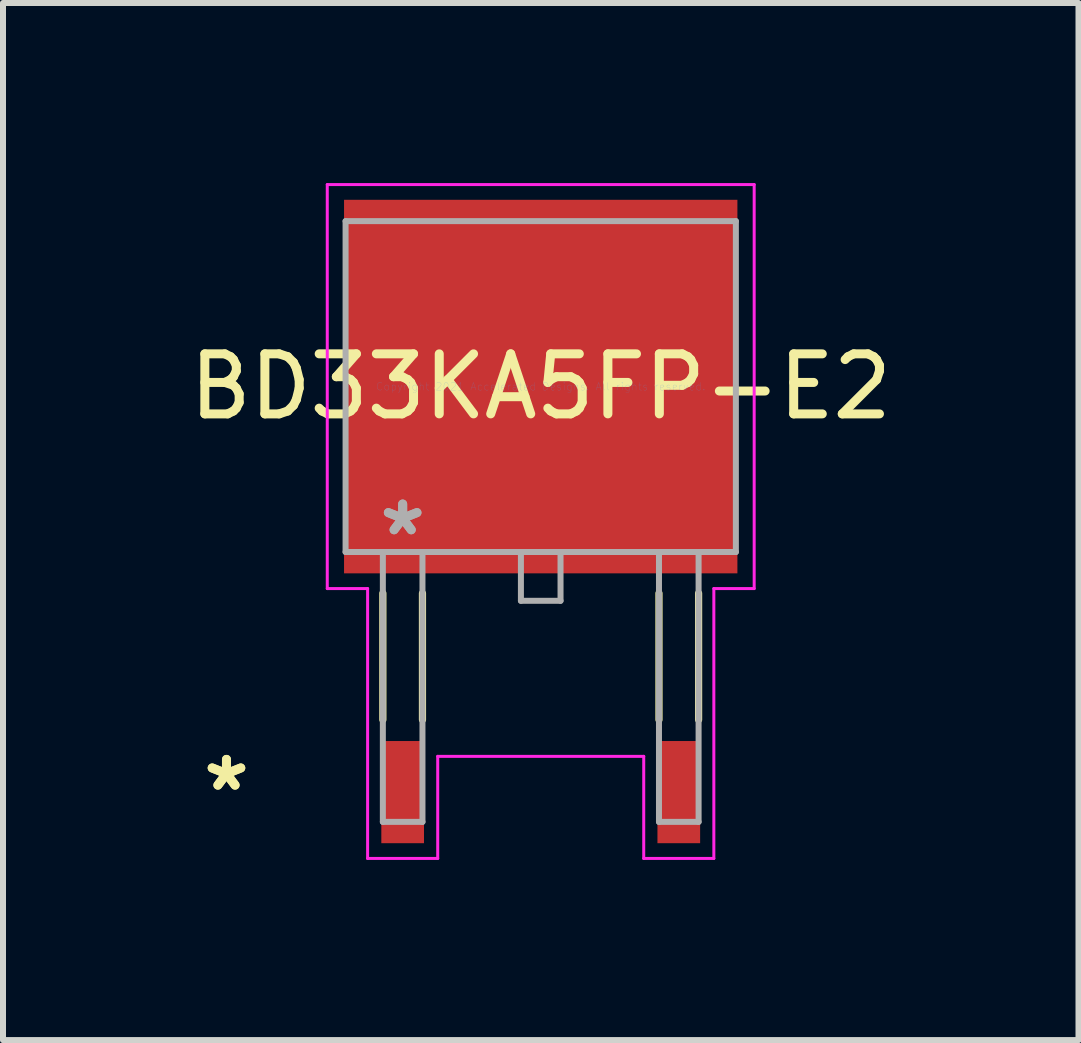
<source format=kicad_pcb>
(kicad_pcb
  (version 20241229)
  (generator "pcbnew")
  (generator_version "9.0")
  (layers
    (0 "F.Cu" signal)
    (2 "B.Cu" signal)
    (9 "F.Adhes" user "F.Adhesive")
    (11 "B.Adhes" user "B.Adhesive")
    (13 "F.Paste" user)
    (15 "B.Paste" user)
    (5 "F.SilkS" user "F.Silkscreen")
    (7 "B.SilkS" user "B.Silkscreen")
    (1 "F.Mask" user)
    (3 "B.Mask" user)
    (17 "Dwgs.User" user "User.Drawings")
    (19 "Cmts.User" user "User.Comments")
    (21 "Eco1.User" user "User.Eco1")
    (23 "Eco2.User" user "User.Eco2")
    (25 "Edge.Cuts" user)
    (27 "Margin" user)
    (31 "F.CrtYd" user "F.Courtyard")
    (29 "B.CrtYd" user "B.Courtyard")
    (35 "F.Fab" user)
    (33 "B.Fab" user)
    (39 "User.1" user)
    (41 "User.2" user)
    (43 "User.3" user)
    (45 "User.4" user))
  (footprint "BD33KA5FP-E2"
    (layer "F.Cu")
    (at 5.958 3.39)
    (property "Reference" "BD33KA5FP-E2" (at 0 0 0) (layer "F.SilkS") (effects (font (size 1 1) (thickness 0.15))))
    (attr through_hole)
    (fp_line (start -2.63 3.444) (end -2.63 5.55) (stroke (width 0.12) (type solid)) (layer "F.SilkS"))
    (fp_line (start -1.97 3.444) (end -1.97 5.55) (stroke (width 0.12) (type solid)) (layer "F.SilkS"))
    (fp_line (start 1.97 3.444) (end 1.97 5.55) (stroke (width 0.12) (type solid)) (layer "F.SilkS"))
    (fp_line (start 2.63 3.444) (end 2.63 5.55) (stroke (width 0.12) (type solid)) (layer "F.SilkS"))
    (fp_line (start -3.556 -3.365) (end 3.556 -3.365) (stroke (width 0.05) (type solid)) (layer "F.CrtYd"))
    (fp_line (start -3.556 3.365) (end -3.556 -3.365) (stroke (width 0.05) (type solid)) (layer "F.CrtYd"))
    (fp_line (start -2.884 3.365) (end -3.556 3.365) (stroke (width 0.05) (type solid)) (layer "F.CrtYd"))
    (fp_line (start -2.884 7.861) (end -2.884 3.365) (stroke (width 0.05) (type solid)) (layer "F.CrtYd"))
    (fp_line (start -1.716 6.16) (end -1.716 7.861) (stroke (width 0.05) (type solid)) (layer "F.CrtYd"))
    (fp_line (start -1.716 7.861) (end -2.884 7.861) (stroke (width 0.05) (type solid)) (layer "F.CrtYd"))
    (fp_line (start 1.716 6.16) (end -1.716 6.16) (stroke (width 0.05) (type solid)) (layer "F.CrtYd"))
    (fp_line (start 1.716 7.861) (end 1.716 6.16) (stroke (width 0.05) (type solid)) (layer "F.CrtYd"))
    (fp_line (start 2.884 3.365) (end 2.884 7.861) (stroke (width 0.05) (type solid)) (layer "F.CrtYd"))
    (fp_line (start 2.884 7.861) (end 1.716 7.861) (stroke (width 0.05) (type solid)) (layer "F.CrtYd"))
    (fp_line (start 3.556 -3.365) (end 3.556 3.365) (stroke (width 0.05) (type solid)) (layer "F.CrtYd"))
    (fp_line (start 3.556 3.365) (end 2.884 3.365) (stroke (width 0.05) (type solid)) (layer "F.CrtYd"))
    (fp_line (start -3.251 -2.756) (end -3.251 2.756) (stroke (width 0.1) (type solid)) (layer "F.Fab"))
    (fp_line (start -3.251 2.756) (end 3.251 2.756) (stroke (width 0.1) (type solid)) (layer "F.Fab"))
    (fp_line (start -2.63 2.756) (end -2.63 7.252) (stroke (width 0.1) (type solid)) (layer "F.Fab"))
    (fp_line (start -2.63 7.252) (end -1.97 7.252) (stroke (width 0.1) (type solid)) (layer "F.Fab"))
    (fp_line (start -1.97 2.756) (end -2.63 2.756) (stroke (width 0.1) (type solid)) (layer "F.Fab"))
    (fp_line (start -1.97 7.252) (end -1.97 2.756) (stroke (width 0.1) (type solid)) (layer "F.Fab"))
    (fp_line (start -0.33 2.756) (end -0.33 3.569) (stroke (width 0.1) (type solid)) (layer "F.Fab"))
    (fp_line (start -0.33 3.569) (end 0.33 3.569) (stroke (width 0.1) (type solid)) (layer "F.Fab"))
    (fp_line (start 0.33 3.569) (end 0.33 2.756) (stroke (width 0.1) (type solid)) (layer "F.Fab"))
    (fp_line (start 1.97 2.756) (end 1.97 7.252) (stroke (width 0.1) (type solid)) (layer "F.Fab"))
    (fp_line (start 1.97 7.252) (end 2.63 7.252) (stroke (width 0.1) (type solid)) (layer "F.Fab"))
    (fp_line (start 2.63 2.756) (end 1.97 2.756) (stroke (width 0.1) (type solid)) (layer "F.Fab"))
    (fp_line (start 2.63 7.252) (end 2.63 2.756) (stroke (width 0.1) (type solid)) (layer "F.Fab"))
    (fp_line (start 3.251 -2.756) (end -3.251 -2.756) (stroke (width 0.1) (type solid)) (layer "F.Fab"))
    (fp_line (start 3.251 2.756) (end 3.251 -2.756) (stroke (width 0.1) (type solid)) (layer "F.Fab"))
    (fp_text user "*" (at -5.235 6.756 0) (layer "F.SilkS") (effects (font (size 1 1) (thickness 0.15))))
    (fp_text user "*" (at -5.235 6.756 0) (layer "F.SilkS") (effects (font (size 1 1) (thickness 0.15))))
    (fp_text user "Copyright 2021 Accelerated Designs. All rights reserved." (at 0 0 0) (layer "Cmts.User") (effects (font (size 0.127 0.127) (thickness 0.002))))
    (fp_text user "*" (at -2.3 2.502 0) (layer "F.Fab") (effects (font (size 1 1) (thickness 0.15))))
    (fp_text user "*" (at -2.3 2.502 0) (layer "F.Fab") (effects (font (size 1 1) (thickness 0.15))))
    (pad "1" smd rect (at -2.3 6.756) (size 0.711 1.702) (layers "F.Cu" "F.Mask" "F.Paste"))
    (pad "2" smd rect (at 0 0) (size 6.553 6.223) (layers "F.Cu" "F.Mask" "F.Paste"))
    (pad "3" smd rect (at 2.3 6.756) (size 0.711 1.702) (layers "F.Cu" "F.Mask" "F.Paste")))
  (gr_rect
    (start -3 -3)
    (end 14.917 14.277)
    (stroke (width 0.1) (type default))
    (fill no)
    (layer "Edge.Cuts")))
</source>
